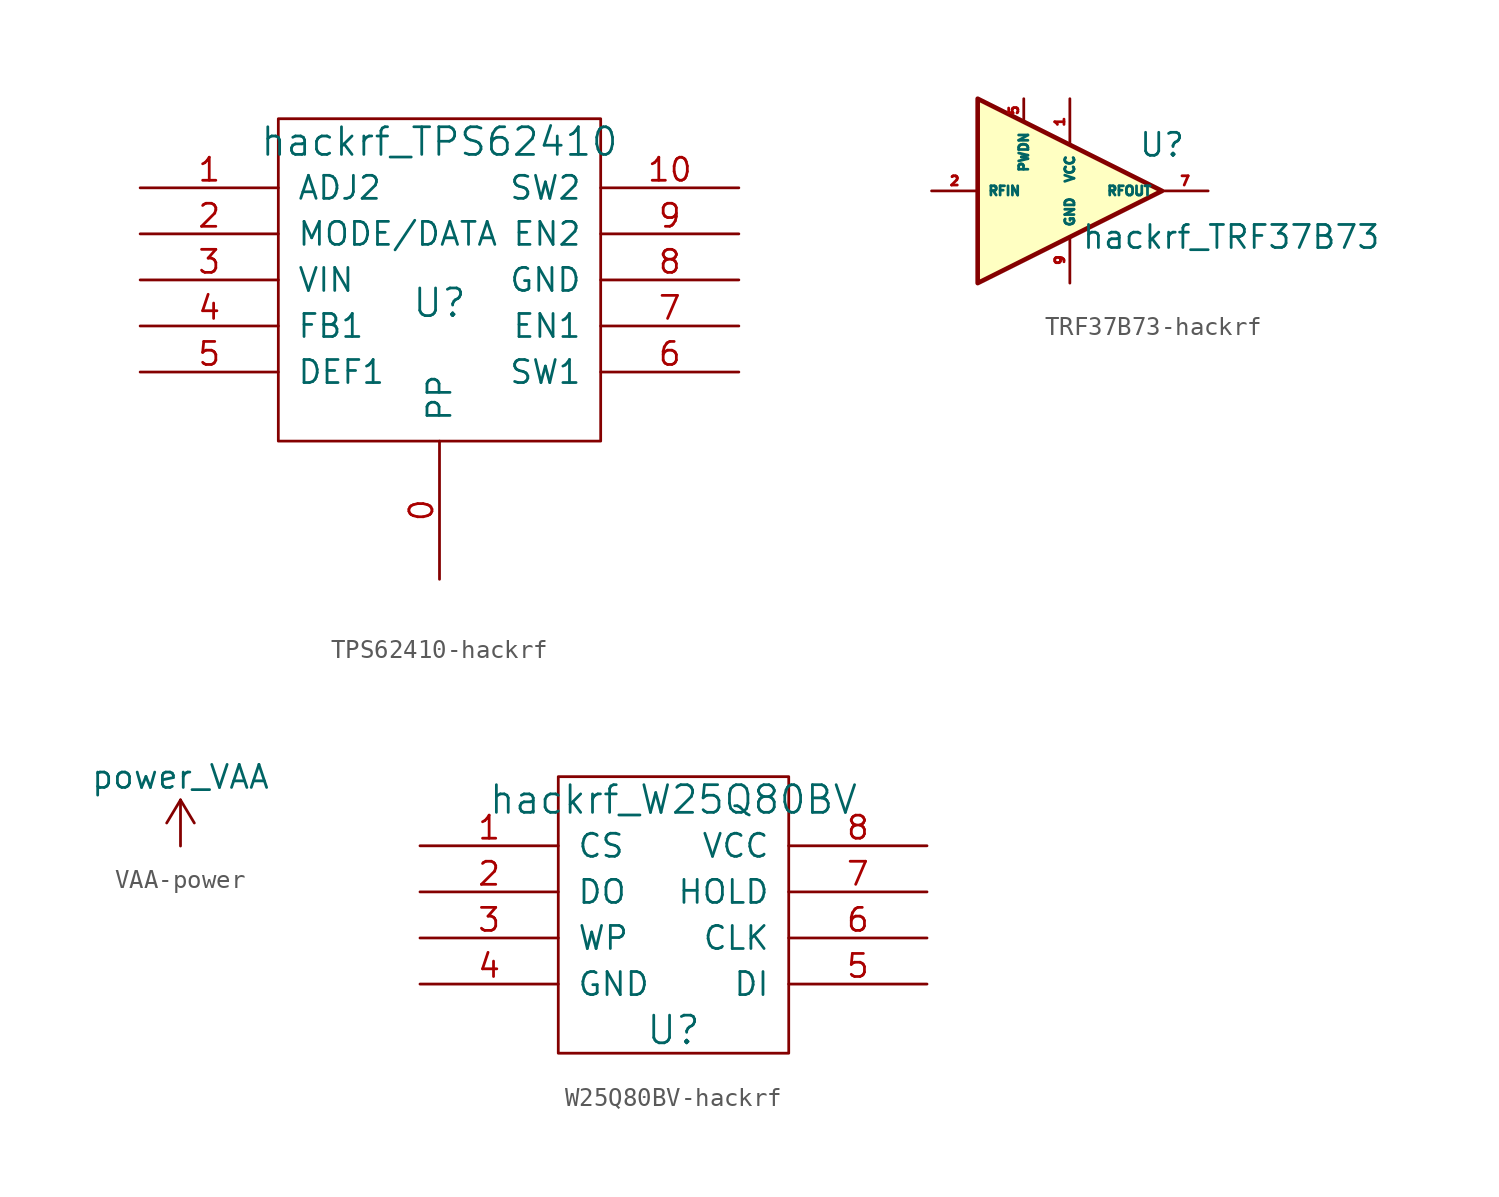
<source format=kicad_sym>
(kicad_symbol_lib
  (version 20231120)
  (generator "kicad_symbol_editor")
  (generator_version "8.0")
  (symbol "TPS62410-hackrf"
    (pin_names
      (offset 1.016))
    (property "Reference" "U"
      (at 0 -1.27 0)
      (effects (font (size 1.524 1.524))))
    (property "Value" "hackrf_TPS62410"
      (at 0 7.62 0)
      (effects (font (size 1.524 1.524))))
    (property "Footprint" ""
      (at 0 0 0)
      (effects (font (size 1.524 1.524))))
    (property "Datasheet" ""
      (at 0 0 0)
      (effects (font (size 1.524 1.524))))
    (symbol "TPS62410-hackrf_0_1"
      (rectangle (start -8.89 8.89) (end 8.89 -8.89) (stroke (width 0) (type solid)) (fill (type none))))
    (symbol "TPS62410-hackrf_1_1"
      (pin power_in line (at 0 -16.51 90) (length 7.62) (name "PP" (effects (font (size 1.27 1.27)))) (number "0" (effects (font (size 1.27 1.27)))))
      (pin input line (at -16.51 5.08 0) (length 7.62) (name "ADJ2" (effects (font (size 1.27 1.27)))) (number "1" (effects (font (size 1.27 1.27)))))
      (pin output line (at 16.51 5.08 180) (length 7.62) (name "SW2" (effects (font (size 1.27 1.27)))) (number "10" (effects (font (size 1.27 1.27)))))
      (pin input line (at -16.51 2.54 0) (length 7.62) (name "MODE/DATA" (effects (font (size 1.27 1.27)))) (number "2" (effects (font (size 1.27 1.27)))))
      (pin power_in line (at -16.51 0 0) (length 7.62) (name "VIN" (effects (font (size 1.27 1.27)))) (number "3" (effects (font (size 1.27 1.27)))))
      (pin input line (at -16.51 -2.54 0) (length 7.62) (name "FB1" (effects (font (size 1.27 1.27)))) (number "4" (effects (font (size 1.27 1.27)))))
      (pin input line (at -16.51 -5.08 0) (length 7.62) (name "DEF1" (effects (font (size 1.27 1.27)))) (number "5" (effects (font (size 1.27 1.27)))))
      (pin output line (at 16.51 -5.08 180) (length 7.62) (name "SW1" (effects (font (size 1.27 1.27)))) (number "6" (effects (font (size 1.27 1.27)))))
      (pin input line (at 16.51 -2.54 180) (length 7.62) (name "EN1" (effects (font (size 1.27 1.27)))) (number "7" (effects (font (size 1.27 1.27)))))
      (pin power_in line (at 16.51 0 180) (length 7.62) (name "GND" (effects (font (size 1.27 1.27)))) (number "8" (effects (font (size 1.27 1.27)))))
      (pin input line (at 16.51 2.54 180) (length 7.62) (name "EN2" (effects (font (size 1.27 1.27)))) (number "9" (effects (font (size 1.27 1.27)))))))
  (symbol "TRF37B73-hackrf"
    (property "Reference" "U"
      (at 7.62 2.54 0)
      (effects (font (size 1.27 1.27))))
    (property "Value" "hackrf_TRF37B73"
      (at 11.43 -2.54 0)
      (effects (font (size 1.27 1.27))))
    (symbol "TRF37B73-hackrf_0_1"
      (polyline (pts (xy -2.54 5.08) (xy -2.54 0) (xy -2.54 -5.08) (xy 7.62 0) (xy -2.54 5.08)) (stroke (width 0.254) (type solid)) (fill (type background))))
    (symbol "TRF37B73-hackrf_1_1"
      (pin power_in line (at 2.54 5.08 270) (length 2.54) (name "VCC" (effects (font (size 0.508 0.508)))) (number "1" (effects (font (size 0.508 0.508)))))
      (pin input line (at -5.08 0 0) (length 2.54) (name "RFIN" (effects (font (size 0.508 0.508)))) (number "2" (effects (font (size 0.508 0.508)))))
      (pin no_connect line (at -2.54 2.54 0) (length 2.54) hide (name "NC" (effects (font (size 0.508 0.508)))) (number "3" (effects (font (size 0.508 0.508)))))
      (pin no_connect line (at -2.54 -2.54 0) (length 2.54) hide (name "NC" (effects (font (size 0.508 0.508)))) (number "4" (effects (font (size 0.508 0.508)))))
      (pin passive line (at 0 5.08 270) (length 1.27) (name "PWDN" (effects (font (size 0.508 0.508)))) (number "5" (effects (font (size 0.508 0.508)))))
      (pin no_connect line (at 2.54 2.54 180) (length 2.54) hide (name "NC" (effects (font (size 0.508 0.508)))) (number "6" (effects (font (size 0.508 0.508)))))
      (pin output line (at 10.16 0 180) (length 2.54) (name "RFOUT" (effects (font (size 0.508 0.508)))) (number "7" (effects (font (size 0.508 0.508)))))
      (pin no_connect line (at 2.54 -2.54 180) (length 2.54) hide (name "NC" (effects (font (size 0.508 0.508)))) (number "8" (effects (font (size 0.508 0.508)))))
      (pin power_in line (at 2.54 -5.08 90) (length 2.54) (name "GND" (effects (font (size 0.508 0.508)))) (number "9" (effects (font (size 0.508 0.508)))))))
  (symbol "VAA-power"
    (power)
    (pin_names
      (offset 0))
    (property "Reference" "#PWR"
      (at 0 -3.81 0)
      (effects (font (size 1.27 1.27)) (hide yes)))
    (property "Value" "power_VAA"
      (at 0 3.81 0)
      (effects (font (size 1.27 1.27))))
    (symbol "VAA-power_0_1"
      (polyline (pts (xy -0.762 1.27) (xy 0 2.54)) (stroke (width 0) (type solid)) (fill (type none)))
      (polyline (pts (xy 0 0) (xy 0 2.54)) (stroke (width 0) (type solid)) (fill (type none)))
      (polyline (pts (xy 0 2.54) (xy 0.762 1.27)) (stroke (width 0) (type solid)) (fill (type none))))
    (symbol "VAA-power_1_1"
      (pin power_in line (at 0 0 90) (length 0) hide (name "VAA" (effects (font (size 1.27 1.27)))) (number "1" (effects (font (size 1.27 1.27)))))))
  (symbol "W25Q80BV-hackrf"
    (pin_names
      (offset 1.016))
    (property "Reference" "U"
      (at 0 -6.35 0)
      (effects (font (size 1.524 1.524))))
    (property "Value" "hackrf_W25Q80BV"
      (at 0 6.35 0)
      (effects (font (size 1.524 1.524))))
    (property "Footprint" ""
      (at 0 0 0)
      (effects (font (size 1.524 1.524))))
    (property "Datasheet" ""
      (at 0 0 0)
      (effects (font (size 1.524 1.524))))
    (symbol "W25Q80BV-hackrf_0_1"
      (rectangle (start -6.35 7.62) (end 6.35 -7.62) (stroke (width 0) (type solid)) (fill (type none))))
    (symbol "W25Q80BV-hackrf_1_1"
      (pin input line (at -13.97 3.81 0) (length 7.62) (name "CS" (effects (font (size 1.27 1.27)))) (number "1" (effects (font (size 1.27 1.27)))))
      (pin bidirectional line (at -13.97 1.27 0) (length 7.62) (name "DO" (effects (font (size 1.27 1.27)))) (number "2" (effects (font (size 1.27 1.27)))))
      (pin bidirectional line (at -13.97 -1.27 0) (length 7.62) (name "WP" (effects (font (size 1.27 1.27)))) (number "3" (effects (font (size 1.27 1.27)))))
      (pin power_in line (at -13.97 -3.81 0) (length 7.62) (name "GND" (effects (font (size 1.27 1.27)))) (number "4" (effects (font (size 1.27 1.27)))))
      (pin bidirectional line (at 13.97 -3.81 180) (length 7.62) (name "DI" (effects (font (size 1.27 1.27)))) (number "5" (effects (font (size 1.27 1.27)))))
      (pin input line (at 13.97 -1.27 180) (length 7.62) (name "CLK" (effects (font (size 1.27 1.27)))) (number "6" (effects (font (size 1.27 1.27)))))
      (pin bidirectional line (at 13.97 1.27 180) (length 7.62) (name "HOLD" (effects (font (size 1.27 1.27)))) (number "7" (effects (font (size 1.27 1.27)))))
      (pin power_in line (at 13.97 3.81 180) (length 7.62) (name "VCC" (effects (font (size 1.27 1.27)))) (number "8" (effects (font (size 1.27 1.27))))))))
</source>
